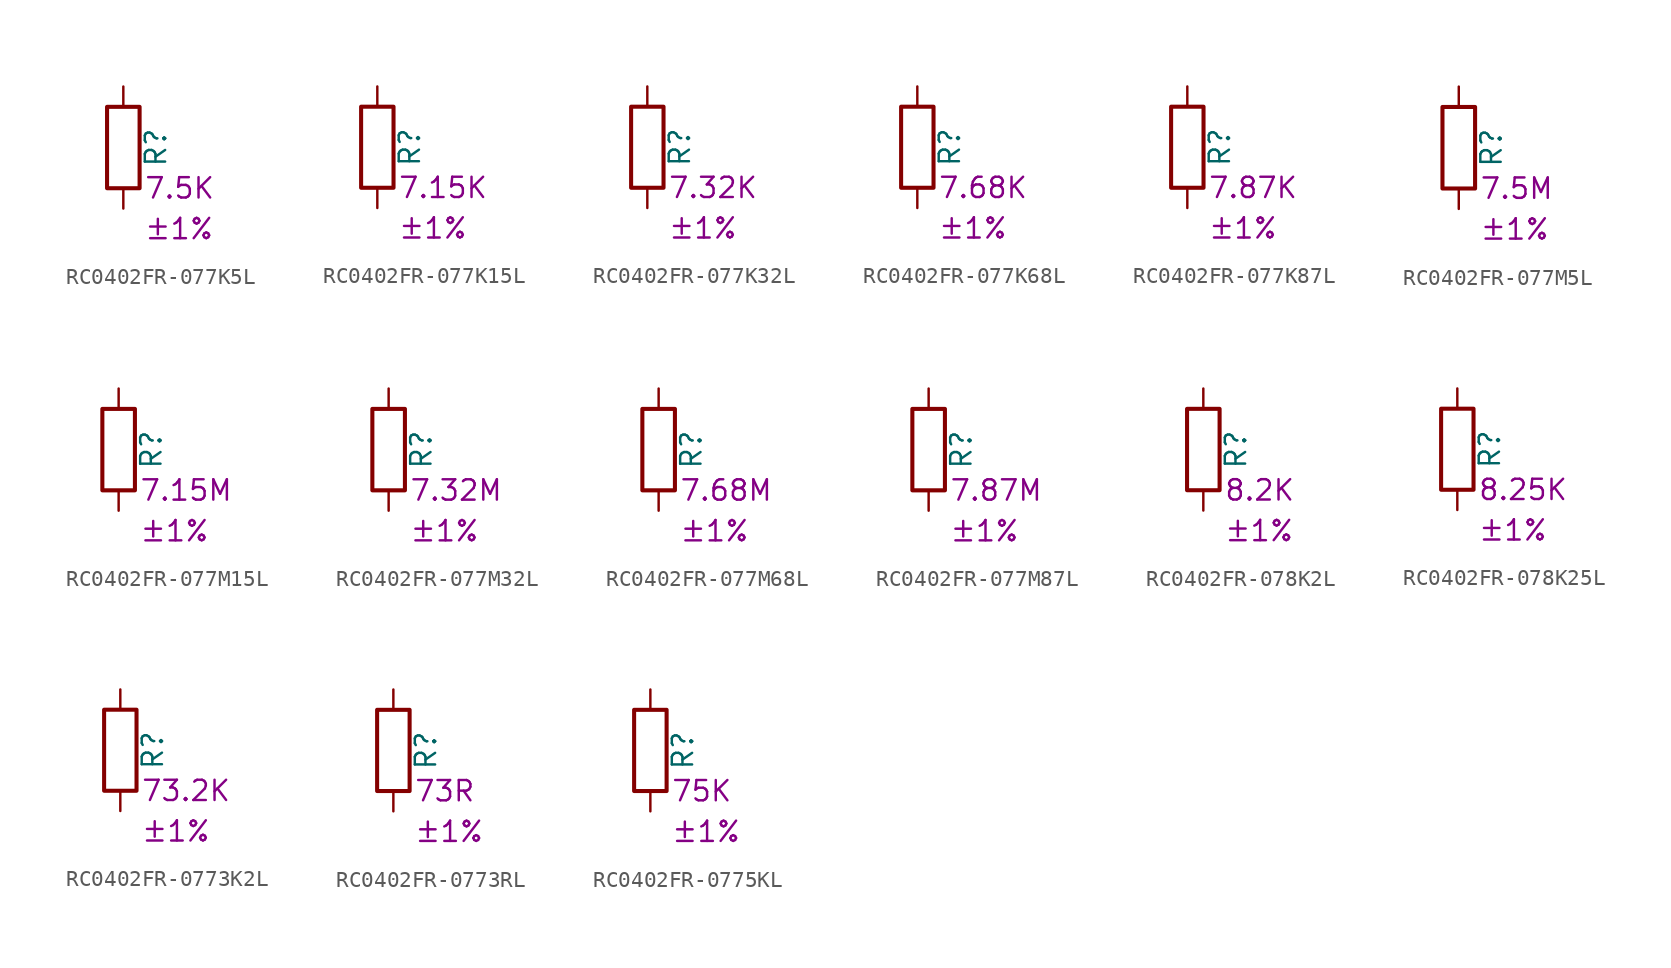
<source format=kicad_sym>
(kicad_symbol_lib
  (version 20220914)
  (generator kicad_symbol_editor)
  (symbol "RC0402FR-077K5L"
    (pin_numbers hide)
    (pin_names
      (offset 0))
    (property "Reference" "R"
      (at 2.032 0 90)
      (effects (font (size 1.27 1.27))))
    (property "Resistance" "7.5K"
      (at 1.27 -2.54 0)
      (effects (font (size 1.27 1.27)) (justify left)))
    (property "Tolerance" "±1%"
      (at 1.27 -5.08 0)
      (effects (font (size 1.27 1.27)) (justify left)))
    (symbol "RC0402FR-077K5L_0_1"
      (rectangle (start -1.016 -2.54) (end 1.016 2.54) (stroke (width 0.254) (type default)) (fill (type none))))
    (symbol "RC0402FR-077K5L_1_1"
      (pin passive line (at 0 3.81 270) (length 1.27) (name "~" (effects (font (size 1.27 1.27)))) (number "1" (effects (font (size 1.27 1.27)))))
      (pin passive line (at 0 -3.81 90) (length 1.27) (name "~" (effects (font (size 1.27 1.27)))) (number "2" (effects (font (size 1.27 1.27)))))))
  (symbol "RC0402FR-077K15L"
    (pin_numbers hide)
    (pin_names
      (offset 0))
    (property "Reference" "R"
      (at 2.032 0 90)
      (effects (font (size 1.27 1.27))))
    (property "Resistance" "7.15K"
      (at 1.27 -2.54 0)
      (effects (font (size 1.27 1.27)) (justify left)))
    (property "Tolerance" "±1%"
      (at 1.27 -5.08 0)
      (effects (font (size 1.27 1.27)) (justify left)))
    (symbol "RC0402FR-077K15L_0_1"
      (rectangle (start -1.016 -2.54) (end 1.016 2.54) (stroke (width 0.254) (type default)) (fill (type none))))
    (symbol "RC0402FR-077K15L_1_1"
      (pin passive line (at 0 3.81 270) (length 1.27) (name "~" (effects (font (size 1.27 1.27)))) (number "1" (effects (font (size 1.27 1.27)))))
      (pin passive line (at 0 -3.81 90) (length 1.27) (name "~" (effects (font (size 1.27 1.27)))) (number "2" (effects (font (size 1.27 1.27)))))))
  (symbol "RC0402FR-077K32L"
    (pin_numbers hide)
    (pin_names
      (offset 0))
    (property "Reference" "R"
      (at 2.032 0 90)
      (effects (font (size 1.27 1.27))))
    (property "Resistance" "7.32K"
      (at 1.27 -2.54 0)
      (effects (font (size 1.27 1.27)) (justify left)))
    (property "Tolerance" "±1%"
      (at 1.27 -5.08 0)
      (effects (font (size 1.27 1.27)) (justify left)))
    (symbol "RC0402FR-077K32L_0_1"
      (rectangle (start -1.016 -2.54) (end 1.016 2.54) (stroke (width 0.254) (type default)) (fill (type none))))
    (symbol "RC0402FR-077K32L_1_1"
      (pin passive line (at 0 3.81 270) (length 1.27) (name "~" (effects (font (size 1.27 1.27)))) (number "1" (effects (font (size 1.27 1.27)))))
      (pin passive line (at 0 -3.81 90) (length 1.27) (name "~" (effects (font (size 1.27 1.27)))) (number "2" (effects (font (size 1.27 1.27)))))))
  (symbol "RC0402FR-077K68L"
    (pin_numbers hide)
    (pin_names
      (offset 0))
    (property "Reference" "R"
      (at 2.032 0 90)
      (effects (font (size 1.27 1.27))))
    (property "Resistance" "7.68K"
      (at 1.27 -2.54 0)
      (effects (font (size 1.27 1.27)) (justify left)))
    (property "Tolerance" "±1%"
      (at 1.27 -5.08 0)
      (effects (font (size 1.27 1.27)) (justify left)))
    (symbol "RC0402FR-077K68L_0_1"
      (rectangle (start -1.016 -2.54) (end 1.016 2.54) (stroke (width 0.254) (type default)) (fill (type none))))
    (symbol "RC0402FR-077K68L_1_1"
      (pin passive line (at 0 3.81 270) (length 1.27) (name "~" (effects (font (size 1.27 1.27)))) (number "1" (effects (font (size 1.27 1.27)))))
      (pin passive line (at 0 -3.81 90) (length 1.27) (name "~" (effects (font (size 1.27 1.27)))) (number "2" (effects (font (size 1.27 1.27)))))))
  (symbol "RC0402FR-077K87L"
    (pin_numbers hide)
    (pin_names
      (offset 0))
    (property "Reference" "R"
      (at 2.032 0 90)
      (effects (font (size 1.27 1.27))))
    (property "Resistance" "7.87K"
      (at 1.27 -2.54 0)
      (effects (font (size 1.27 1.27)) (justify left)))
    (property "Tolerance" "±1%"
      (at 1.27 -5.08 0)
      (effects (font (size 1.27 1.27)) (justify left)))
    (symbol "RC0402FR-077K87L_0_1"
      (rectangle (start -1.016 -2.54) (end 1.016 2.54) (stroke (width 0.254) (type default)) (fill (type none))))
    (symbol "RC0402FR-077K87L_1_1"
      (pin passive line (at 0 3.81 270) (length 1.27) (name "~" (effects (font (size 1.27 1.27)))) (number "1" (effects (font (size 1.27 1.27)))))
      (pin passive line (at 0 -3.81 90) (length 1.27) (name "~" (effects (font (size 1.27 1.27)))) (number "2" (effects (font (size 1.27 1.27)))))))
  (symbol "RC0402FR-077M5L"
    (pin_numbers hide)
    (pin_names
      (offset 0))
    (property "Reference" "R"
      (at 2.032 0 90)
      (effects (font (size 1.27 1.27))))
    (property "Resistance" "7.5M"
      (at 1.27 -2.54 0)
      (effects (font (size 1.27 1.27)) (justify left)))
    (property "Tolerance" "±1%"
      (at 1.27 -5.08 0)
      (effects (font (size 1.27 1.27)) (justify left)))
    (symbol "RC0402FR-077M5L_0_1"
      (rectangle (start -1.016 -2.54) (end 1.016 2.54) (stroke (width 0.254) (type default)) (fill (type none))))
    (symbol "RC0402FR-077M5L_1_1"
      (pin passive line (at 0 3.81 270) (length 1.27) (name "~" (effects (font (size 1.27 1.27)))) (number "1" (effects (font (size 1.27 1.27)))))
      (pin passive line (at 0 -3.81 90) (length 1.27) (name "~" (effects (font (size 1.27 1.27)))) (number "2" (effects (font (size 1.27 1.27)))))))
  (symbol "RC0402FR-077M15L"
    (pin_numbers hide)
    (pin_names
      (offset 0))
    (property "Reference" "R"
      (at 2.032 0 90)
      (effects (font (size 1.27 1.27))))
    (property "Resistance" "7.15M"
      (at 1.27 -2.54 0)
      (effects (font (size 1.27 1.27)) (justify left)))
    (property "Tolerance" "±1%"
      (at 1.27 -5.08 0)
      (effects (font (size 1.27 1.27)) (justify left)))
    (symbol "RC0402FR-077M15L_0_1"
      (rectangle (start -1.016 -2.54) (end 1.016 2.54) (stroke (width 0.254) (type default)) (fill (type none))))
    (symbol "RC0402FR-077M15L_1_1"
      (pin passive line (at 0 3.81 270) (length 1.27) (name "~" (effects (font (size 1.27 1.27)))) (number "1" (effects (font (size 1.27 1.27)))))
      (pin passive line (at 0 -3.81 90) (length 1.27) (name "~" (effects (font (size 1.27 1.27)))) (number "2" (effects (font (size 1.27 1.27)))))))
  (symbol "RC0402FR-077M32L"
    (pin_numbers hide)
    (pin_names
      (offset 0))
    (property "Reference" "R"
      (at 2.032 0 90)
      (effects (font (size 1.27 1.27))))
    (property "Resistance" "7.32M"
      (at 1.27 -2.54 0)
      (effects (font (size 1.27 1.27)) (justify left)))
    (property "Tolerance" "±1%"
      (at 1.27 -5.08 0)
      (effects (font (size 1.27 1.27)) (justify left)))
    (symbol "RC0402FR-077M32L_0_1"
      (rectangle (start -1.016 -2.54) (end 1.016 2.54) (stroke (width 0.254) (type default)) (fill (type none))))
    (symbol "RC0402FR-077M32L_1_1"
      (pin passive line (at 0 3.81 270) (length 1.27) (name "~" (effects (font (size 1.27 1.27)))) (number "1" (effects (font (size 1.27 1.27)))))
      (pin passive line (at 0 -3.81 90) (length 1.27) (name "~" (effects (font (size 1.27 1.27)))) (number "2" (effects (font (size 1.27 1.27)))))))
  (symbol "RC0402FR-077M68L"
    (pin_numbers hide)
    (pin_names
      (offset 0))
    (property "Reference" "R"
      (at 2.032 0 90)
      (effects (font (size 1.27 1.27))))
    (property "Resistance" "7.68M"
      (at 1.27 -2.54 0)
      (effects (font (size 1.27 1.27)) (justify left)))
    (property "Tolerance" "±1%"
      (at 1.27 -5.08 0)
      (effects (font (size 1.27 1.27)) (justify left)))
    (symbol "RC0402FR-077M68L_0_1"
      (rectangle (start -1.016 -2.54) (end 1.016 2.54) (stroke (width 0.254) (type default)) (fill (type none))))
    (symbol "RC0402FR-077M68L_1_1"
      (pin passive line (at 0 3.81 270) (length 1.27) (name "~" (effects (font (size 1.27 1.27)))) (number "1" (effects (font (size 1.27 1.27)))))
      (pin passive line (at 0 -3.81 90) (length 1.27) (name "~" (effects (font (size 1.27 1.27)))) (number "2" (effects (font (size 1.27 1.27)))))))
  (symbol "RC0402FR-077M87L"
    (pin_numbers hide)
    (pin_names
      (offset 0))
    (property "Reference" "R"
      (at 2.032 0 90)
      (effects (font (size 1.27 1.27))))
    (property "Resistance" "7.87M"
      (at 1.27 -2.54 0)
      (effects (font (size 1.27 1.27)) (justify left)))
    (property "Tolerance" "±1%"
      (at 1.27 -5.08 0)
      (effects (font (size 1.27 1.27)) (justify left)))
    (symbol "RC0402FR-077M87L_0_1"
      (rectangle (start -1.016 -2.54) (end 1.016 2.54) (stroke (width 0.254) (type default)) (fill (type none))))
    (symbol "RC0402FR-077M87L_1_1"
      (pin passive line (at 0 3.81 270) (length 1.27) (name "~" (effects (font (size 1.27 1.27)))) (number "1" (effects (font (size 1.27 1.27)))))
      (pin passive line (at 0 -3.81 90) (length 1.27) (name "~" (effects (font (size 1.27 1.27)))) (number "2" (effects (font (size 1.27 1.27)))))))
  (symbol "RC0402FR-078K2L"
    (pin_numbers hide)
    (pin_names
      (offset 0))
    (property "Reference" "R"
      (at 2.032 0 90)
      (effects (font (size 1.27 1.27))))
    (property "Resistance" "8.2K"
      (at 1.27 -2.54 0)
      (effects (font (size 1.27 1.27)) (justify left)))
    (property "Tolerance" "±1%"
      (at 1.27 -5.08 0)
      (effects (font (size 1.27 1.27)) (justify left)))
    (symbol "RC0402FR-078K2L_0_1"
      (rectangle (start -1.016 -2.54) (end 1.016 2.54) (stroke (width 0.254) (type default)) (fill (type none))))
    (symbol "RC0402FR-078K2L_1_1"
      (pin passive line (at 0 3.81 270) (length 1.27) (name "~" (effects (font (size 1.27 1.27)))) (number "1" (effects (font (size 1.27 1.27)))))
      (pin passive line (at 0 -3.81 90) (length 1.27) (name "~" (effects (font (size 1.27 1.27)))) (number "2" (effects (font (size 1.27 1.27)))))))
  (symbol "RC0402FR-078K25L"
    (pin_numbers hide)
    (pin_names
      (offset 0))
    (property "Reference" "R"
      (at 2.032 0 90)
      (effects (font (size 1.27 1.27))))
    (property "Resistance" "8.25K"
      (at 1.27 -2.54 0)
      (effects (font (size 1.27 1.27)) (justify left)))
    (property "Tolerance" "±1%"
      (at 1.27 -5.08 0)
      (effects (font (size 1.27 1.27)) (justify left)))
    (symbol "RC0402FR-078K25L_0_1"
      (rectangle (start -1.016 -2.54) (end 1.016 2.54) (stroke (width 0.254) (type default)) (fill (type none))))
    (symbol "RC0402FR-078K25L_1_1"
      (pin passive line (at 0 3.81 270) (length 1.27) (name "~" (effects (font (size 1.27 1.27)))) (number "1" (effects (font (size 1.27 1.27)))))
      (pin passive line (at 0 -3.81 90) (length 1.27) (name "~" (effects (font (size 1.27 1.27)))) (number "2" (effects (font (size 1.27 1.27)))))))
  (symbol "RC0402FR-0773K2L"
    (pin_numbers hide)
    (pin_names
      (offset 0))
    (property "Reference" "R"
      (at 2.032 0 90)
      (effects (font (size 1.27 1.27))))
    (property "Resistance" "73.2K"
      (at 1.27 -2.54 0)
      (effects (font (size 1.27 1.27)) (justify left)))
    (property "Tolerance" "±1%"
      (at 1.27 -5.08 0)
      (effects (font (size 1.27 1.27)) (justify left)))
    (symbol "RC0402FR-0773K2L_0_1"
      (rectangle (start -1.016 -2.54) (end 1.016 2.54) (stroke (width 0.254) (type default)) (fill (type none))))
    (symbol "RC0402FR-0773K2L_1_1"
      (pin passive line (at 0 3.81 270) (length 1.27) (name "~" (effects (font (size 1.27 1.27)))) (number "1" (effects (font (size 1.27 1.27)))))
      (pin passive line (at 0 -3.81 90) (length 1.27) (name "~" (effects (font (size 1.27 1.27)))) (number "2" (effects (font (size 1.27 1.27)))))))
  (symbol "RC0402FR-0773RL"
    (pin_numbers hide)
    (pin_names
      (offset 0))
    (property "Reference" "R"
      (at 2.032 0 90)
      (effects (font (size 1.27 1.27))))
    (property "Resistance" "73R"
      (at 1.27 -2.54 0)
      (effects (font (size 1.27 1.27)) (justify left)))
    (property "Tolerance" "±1%"
      (at 1.27 -5.08 0)
      (effects (font (size 1.27 1.27)) (justify left)))
    (symbol "RC0402FR-0773RL_0_1"
      (rectangle (start -1.016 -2.54) (end 1.016 2.54) (stroke (width 0.254) (type default)) (fill (type none))))
    (symbol "RC0402FR-0773RL_1_1"
      (pin passive line (at 0 3.81 270) (length 1.27) (name "~" (effects (font (size 1.27 1.27)))) (number "1" (effects (font (size 1.27 1.27)))))
      (pin passive line (at 0 -3.81 90) (length 1.27) (name "~" (effects (font (size 1.27 1.27)))) (number "2" (effects (font (size 1.27 1.27)))))))
  (symbol "RC0402FR-0775KL"
    (pin_numbers hide)
    (pin_names
      (offset 0))
    (property "Reference" "R"
      (at 2.032 0 90)
      (effects (font (size 1.27 1.27))))
    (property "Resistance" "75K"
      (at 1.27 -2.54 0)
      (effects (font (size 1.27 1.27)) (justify left)))
    (property "Tolerance" "±1%"
      (at 1.27 -5.08 0)
      (effects (font (size 1.27 1.27)) (justify left)))
    (symbol "RC0402FR-0775KL_0_1"
      (rectangle (start -1.016 -2.54) (end 1.016 2.54) (stroke (width 0.254) (type default)) (fill (type none))))
    (symbol "RC0402FR-0775KL_1_1"
      (pin passive line (at 0 3.81 270) (length 1.27) (name "~" (effects (font (size 1.27 1.27)))) (number "1" (effects (font (size 1.27 1.27)))))
      (pin passive line (at 0 -3.81 90) (length 1.27) (name "~" (effects (font (size 1.27 1.27)))) (number "2" (effects (font (size 1.27 1.27))))))))
</source>
